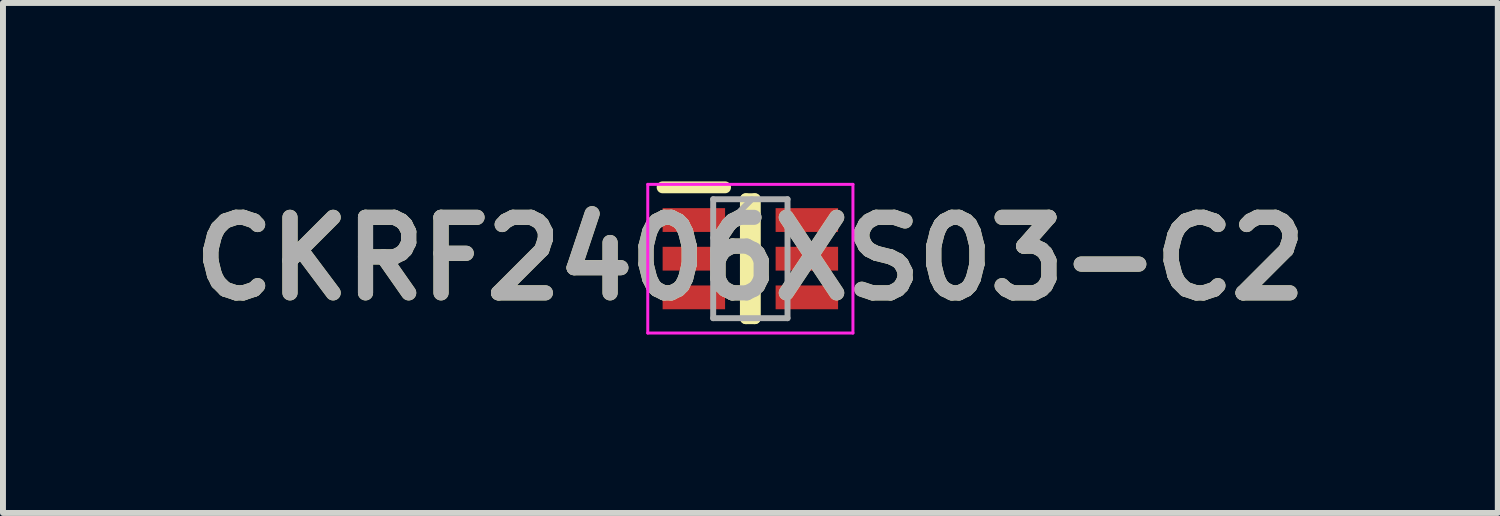
<source format=kicad_pcb>
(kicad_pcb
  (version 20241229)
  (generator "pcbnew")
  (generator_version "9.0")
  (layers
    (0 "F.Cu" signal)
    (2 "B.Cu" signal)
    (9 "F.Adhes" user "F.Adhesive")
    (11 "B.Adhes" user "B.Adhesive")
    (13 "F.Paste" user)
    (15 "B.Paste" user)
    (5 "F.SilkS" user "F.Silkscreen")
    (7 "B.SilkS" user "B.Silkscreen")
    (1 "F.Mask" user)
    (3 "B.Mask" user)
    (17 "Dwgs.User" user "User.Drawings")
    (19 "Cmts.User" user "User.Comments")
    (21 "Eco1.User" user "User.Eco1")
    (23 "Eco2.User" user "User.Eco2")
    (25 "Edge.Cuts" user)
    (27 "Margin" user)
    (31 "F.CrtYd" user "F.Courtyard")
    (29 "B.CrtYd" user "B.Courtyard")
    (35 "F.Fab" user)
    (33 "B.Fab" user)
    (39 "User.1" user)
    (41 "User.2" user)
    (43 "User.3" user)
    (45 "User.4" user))
  (footprint "CKRF2406XS03-C2"
    (layer "F.Cu")
    (at 9.567 1.3)
    (property "Reference" "CKRF2406XS03-C2" (at 0 0 0) (layer "F.SilkS") (effects (font (size 1.27 1.27) (thickness 0.254))))
    (attr smd)
    (fp_line (start -1.475 -1.2) (end -0.425 -1.2) (stroke (width 0.2) (type solid)) (layer "F.SilkS"))
    (fp_line (start -0.075 -1) (end 0.075 -1) (stroke (width 0.2) (type solid)) (layer "F.SilkS"))
    (fp_line (start -0.075 1) (end -0.075 -1) (stroke (width 0.2) (type solid)) (layer "F.SilkS"))
    (fp_line (start 0.075 -1) (end 0.075 1) (stroke (width 0.2) (type solid)) (layer "F.SilkS"))
    (fp_line (start 0.075 1) (end -0.075 1) (stroke (width 0.2) (type solid)) (layer "F.SilkS"))
    (fp_line (start -1.725 -1.25) (end 1.725 -1.25) (stroke (width 0.05) (type solid)) (layer "F.CrtYd"))
    (fp_line (start -1.725 1.25) (end -1.725 -1.25) (stroke (width 0.05) (type solid)) (layer "F.CrtYd"))
    (fp_line (start 1.725 -1.25) (end 1.725 1.25) (stroke (width 0.05) (type solid)) (layer "F.CrtYd"))
    (fp_line (start 1.725 1.25) (end -1.725 1.25) (stroke (width 0.05) (type solid)) (layer "F.CrtYd"))
    (fp_line (start -0.625 -1) (end 0.625 -1) (stroke (width 0.1) (type solid)) (layer "F.Fab"))
    (fp_line (start -0.625 -0.35) (end 0.025 -1) (stroke (width 0.1) (type solid)) (layer "F.Fab"))
    (fp_line (start -0.625 1) (end -0.625 -1) (stroke (width 0.1) (type solid)) (layer "F.Fab"))
    (fp_line (start 0.625 -1) (end 0.625 1) (stroke (width 0.1) (type solid)) (layer "F.Fab"))
    (fp_line (start 0.625 1) (end -0.625 1) (stroke (width 0.1) (type solid)) (layer "F.Fab"))
    (fp_text user "${REFERENCE}" (at 0 0 0) (layer "F.Fab") (effects (font (size 1.27 1.27) (thickness 0.254))))
    (pad "1" smd rect (at -0.95 -0.65 90) (size 0.4 1.05) (layers "F.Cu" "F.Mask" "F.Paste"))
    (pad "2" smd rect (at -0.95 0 90) (size 0.4 1.05) (layers "F.Cu" "F.Mask" "F.Paste"))
    (pad "3" smd rect (at -0.95 0.65 90) (size 0.4 1.05) (layers "F.Cu" "F.Mask" "F.Paste"))
    (pad "4" smd rect (at 0.95 0.65 90) (size 0.4 1.05) (layers "F.Cu" "F.Mask" "F.Paste"))
    (pad "5" smd rect (at 0.95 0 90) (size 0.4 1.05) (layers "F.Cu" "F.Mask" "F.Paste"))
    (pad "6" smd rect (at 0.95 -0.65 90) (size 0.4 1.05) (layers "F.Cu" "F.Mask" "F.Paste")))
  (gr_rect
    (start -3 -3)
    (end 22.135 5.575)
    (stroke (width 0.1) (type default))
    (fill no)
    (layer "Edge.Cuts")))
</source>
